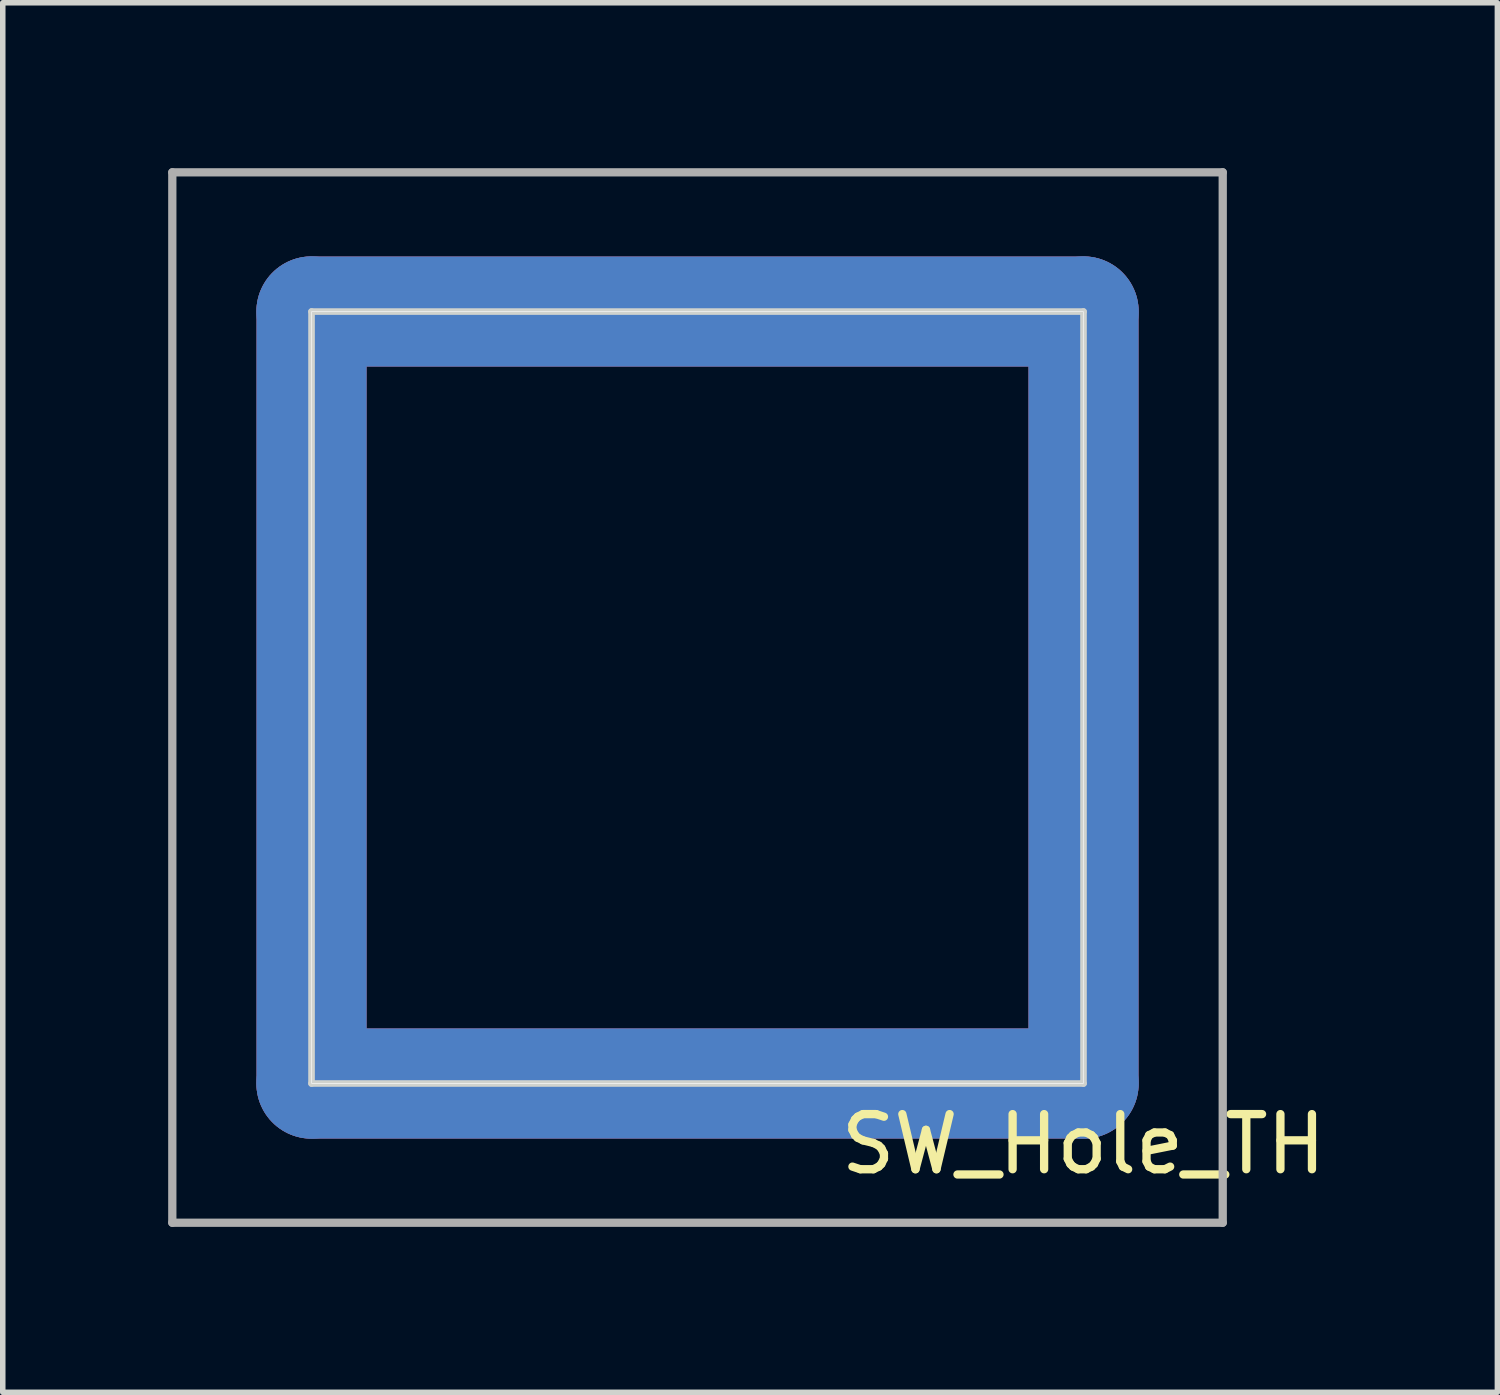
<source format=kicad_pcb>
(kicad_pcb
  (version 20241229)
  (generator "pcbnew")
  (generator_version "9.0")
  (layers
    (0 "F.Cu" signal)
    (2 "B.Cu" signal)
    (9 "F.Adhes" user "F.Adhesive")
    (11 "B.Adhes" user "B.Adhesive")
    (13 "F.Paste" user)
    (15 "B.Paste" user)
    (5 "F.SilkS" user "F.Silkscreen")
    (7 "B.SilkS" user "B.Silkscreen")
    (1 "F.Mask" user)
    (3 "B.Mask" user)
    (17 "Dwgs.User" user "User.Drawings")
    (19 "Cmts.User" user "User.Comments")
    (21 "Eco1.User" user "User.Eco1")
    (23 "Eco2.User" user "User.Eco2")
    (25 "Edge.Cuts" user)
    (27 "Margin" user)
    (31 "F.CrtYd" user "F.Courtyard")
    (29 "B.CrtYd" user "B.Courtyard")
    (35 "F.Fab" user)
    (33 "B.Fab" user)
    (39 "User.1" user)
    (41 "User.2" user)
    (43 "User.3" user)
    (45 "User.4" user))
  (footprint "SW_Hole_TH"
    (layer "F.Cu")
    (at 9.6 9.6)
    (property "Reference" "SW_Hole_TH" (at 7 8.1 0) (layer "F.SilkS") (effects (font (size 1 1) (thickness 0.15))))
    (attr through_hole)
    (fp_line (start -7 -7) (end -7 7) (stroke (width 0.12) (type solid)) (layer "Edge.Cuts"))
    (fp_line (start -7 7) (end 7 7) (stroke (width 0.12) (type solid)) (layer "Edge.Cuts"))
    (fp_line (start 7 -7) (end -7 -7) (stroke (width 0.12) (type solid)) (layer "Edge.Cuts"))
    (fp_line (start 7 7) (end 7 -7) (stroke (width 0.12) (type solid)) (layer "Edge.Cuts"))
    (fp_line (start -9.525 -9.525) (end -9.525 9.525) (stroke (width 0.15) (type solid)) (layer "F.Fab"))
    (fp_line (start -9.525 9.525) (end 9.525 9.525) (stroke (width 0.15) (type solid)) (layer "F.Fab"))
    (fp_line (start 9.525 -9.525) (end -9.525 -9.525) (stroke (width 0.15) (type solid)) (layer "F.Fab"))
    (fp_line (start 9.525 9.525) (end 9.525 -9.525) (stroke (width 0.15) (type solid)) (layer "F.Fab"))
    (pad "" thru_hole oval (at -7 0) (size 2 16) (drill oval 0.01 14) (layers "*.Cu" "*.Mask"))
    (pad "" thru_hole oval (at 0 -7 90) (size 2 16) (drill oval 0.01 14) (layers "*.Cu" "*.Mask"))
    (pad "" thru_hole oval (at 0 7 90) (size 2 16) (drill oval 0.01 14) (layers "*.Cu" "*.Mask"))
    (pad "" thru_hole oval (at 7 0) (size 2 16) (drill oval 0.01 14) (layers "*.Cu" "*.Mask")))
  (gr_rect
    (start -3 -3)
    (end 24.106 22.2)
    (stroke (width 0.1) (type default))
    (fill no)
    (layer "Edge.Cuts")))
</source>
